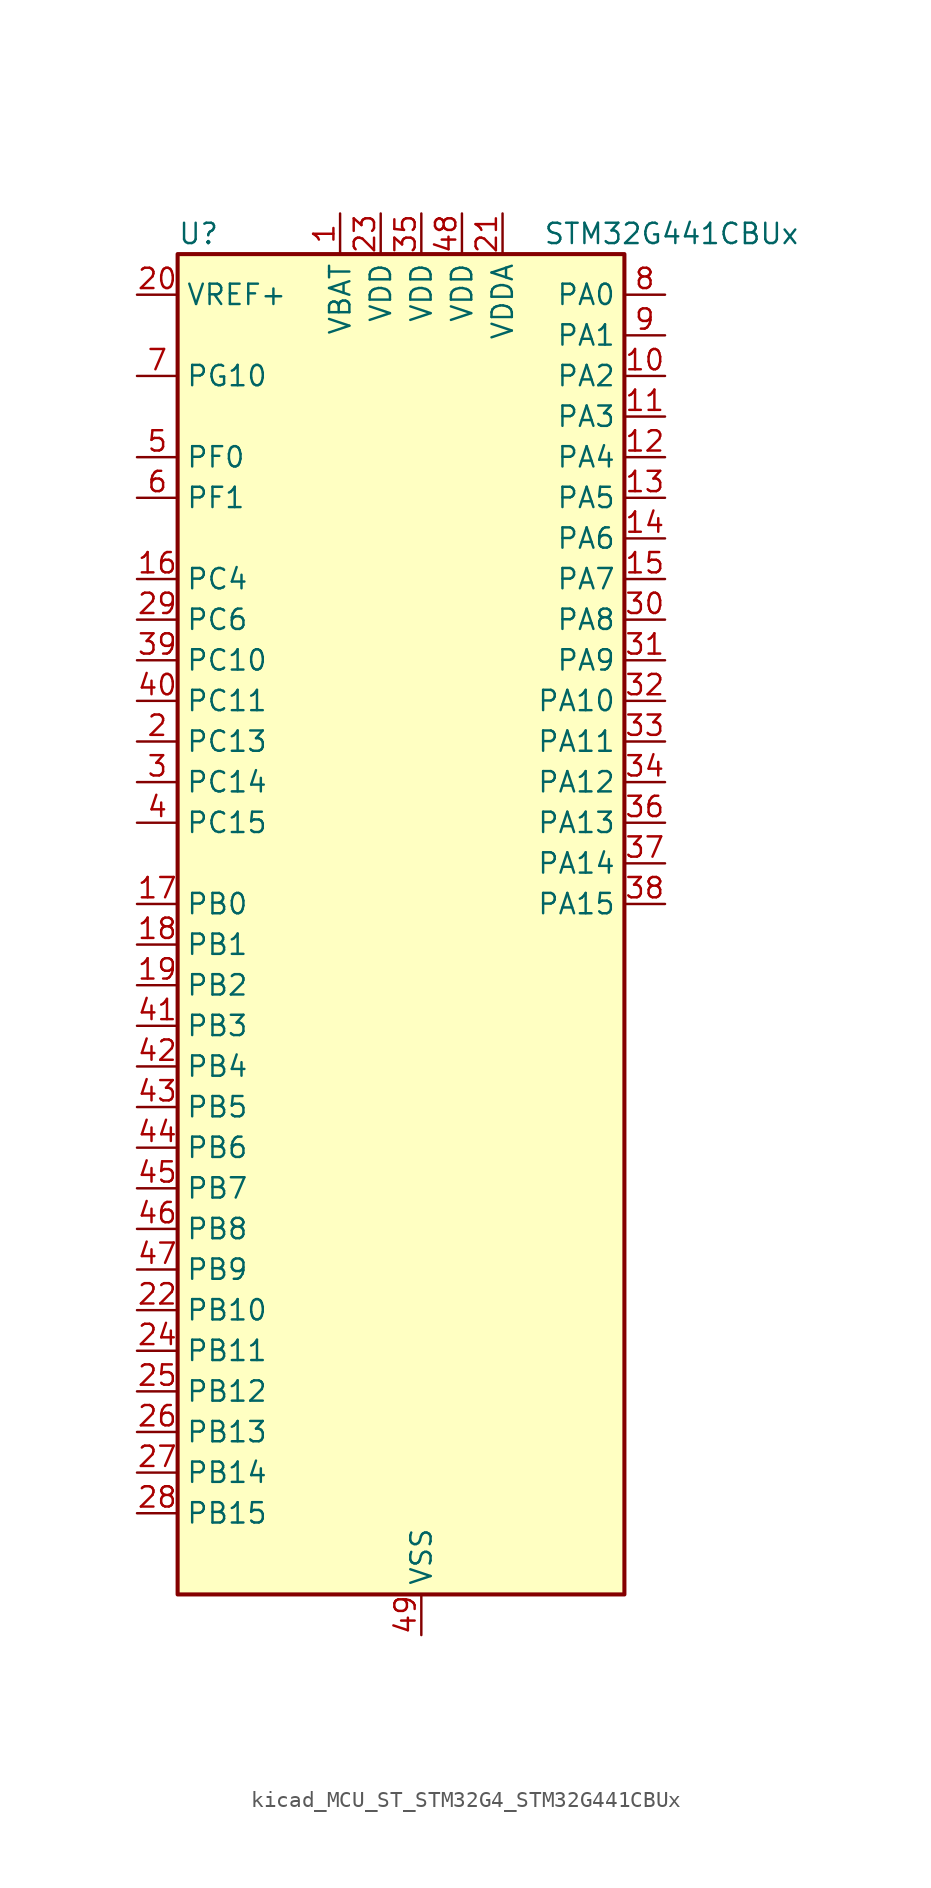
<source format=kicad_sym>
(kicad_symbol_lib
  (version 20220914)
  (generator kicad_symbol_editor)
  (symbol "kicad_MCU_ST_STM32G4_STM32G441CBUx"
    (property "Reference" "U"
      (at -12.7 44.45 0)
      (effects (font (size 1.27 1.27)) (justify left)))
    (property "Value" "STM32G441CBUx"
      (at 10.16 44.45 0)
      (effects (font (size 1.27 1.27)) (justify left)))
    (property "ki_locked" ""
      (at 0 0 0)
      (effects (font (size 1.27 1.27))))
    (symbol "kicad_MCU_ST_STM32G4_STM32G441CBUx_0_1"
      (rectangle (start -12.7 -40.64) (end 15.24 43.18) (stroke (width 0.254) (type default)) (fill (type background))))
    (symbol "kicad_MCU_ST_STM32G4_STM32G441CBUx_1_1"
      (pin power_in line (at -2.54 45.72 270) (length 2.54) (name "VBAT" (effects (font (size 1.27 1.27)))) (number "1" (effects (font (size 1.27 1.27)))))
      (pin bidirectional line (at 17.78 35.56 180) (length 2.54) (name "PA2" (effects (font (size 1.27 1.27)))) (number "10" (effects (font (size 1.27 1.27)))) (alternate "ADC1_IN3" bidirectional line) (alternate "COMP2_INM" bidirectional line) (alternate "COMP2_OUT" bidirectional line) (alternate "LPUART1_TX" bidirectional line) (alternate "OPAMP1_VOUT" bidirectional line) (alternate "RCC_LSCO" bidirectional line) (alternate "SYS_WKUP4" bidirectional line) (alternate "TIM15_CH1" bidirectional line) (alternate "TIM2_CH3" bidirectional line) (alternate "UCPD1_FRSTX1" bidirectional line) (alternate "UCPD1_FRSTX2" bidirectional line) (alternate "USART2_TX" bidirectional line))
      (pin bidirectional line (at 17.78 33.02 180) (length 2.54) (name "PA3" (effects (font (size 1.27 1.27)))) (number "11" (effects (font (size 1.27 1.27)))) (alternate "ADC1_IN4" bidirectional line) (alternate "COMP2_INP" bidirectional line) (alternate "LPUART1_RX" bidirectional line) (alternate "OPAMP1_VINM" bidirectional line) (alternate "OPAMP1_VINM0" bidirectional line) (alternate "OPAMP1_VINM_SEC" bidirectional line) (alternate "OPAMP1_VINP" bidirectional line) (alternate "OPAMP1_VINP_SEC" bidirectional line) (alternate "SAI1_CK1" bidirectional line) (alternate "SAI1_MCLK_A" bidirectional line) (alternate "TIM15_CH2" bidirectional line) (alternate "TIM2_CH4" bidirectional line) (alternate "USART2_RX" bidirectional line))
      (pin bidirectional line (at 17.78 30.48 180) (length 2.54) (name "PA4" (effects (font (size 1.27 1.27)))) (number "12" (effects (font (size 1.27 1.27)))) (alternate "ADC2_IN17" bidirectional line) (alternate "COMP1_INM" bidirectional line) (alternate "DAC1_OUT1" bidirectional line) (alternate "I2S3_WS" bidirectional line) (alternate "SAI1_FS_B" bidirectional line) (alternate "SPI1_NSS" bidirectional line) (alternate "SPI3_NSS" bidirectional line) (alternate "TIM3_CH2" bidirectional line) (alternate "USART2_CK" bidirectional line))
      (pin bidirectional line (at 17.78 27.94 180) (length 2.54) (name "PA5" (effects (font (size 1.27 1.27)))) (number "13" (effects (font (size 1.27 1.27)))) (alternate "ADC2_IN13" bidirectional line) (alternate "COMP2_INM" bidirectional line) (alternate "DAC1_OUT2" bidirectional line) (alternate "OPAMP2_VINM" bidirectional line) (alternate "OPAMP2_VINM0" bidirectional line) (alternate "OPAMP2_VINM_SEC" bidirectional line) (alternate "SPI1_SCK" bidirectional line) (alternate "TIM2_CH1" bidirectional line) (alternate "TIM2_ETR" bidirectional line) (alternate "UCPD1_FRSTX1" bidirectional line) (alternate "UCPD1_FRSTX2" bidirectional line))
      (pin bidirectional line (at 17.78 25.4 180) (length 2.54) (name "PA6" (effects (font (size 1.27 1.27)))) (number "14" (effects (font (size 1.27 1.27)))) (alternate "ADC2_IN3" bidirectional line) (alternate "COMP1_OUT" bidirectional line) (alternate "LPUART1_CTS" bidirectional line) (alternate "OPAMP2_VOUT" bidirectional line) (alternate "SPI1_MISO" bidirectional line) (alternate "TIM16_CH1" bidirectional line) (alternate "TIM1_BKIN" bidirectional line) (alternate "TIM3_CH1" bidirectional line) (alternate "TIM8_BKIN" bidirectional line))
      (pin bidirectional line (at 17.78 22.86 180) (length 2.54) (name "PA7" (effects (font (size 1.27 1.27)))) (number "15" (effects (font (size 1.27 1.27)))) (alternate "ADC2_IN4" bidirectional line) (alternate "COMP2_INP" bidirectional line) (alternate "COMP2_OUT" bidirectional line) (alternate "OPAMP1_VINP" bidirectional line) (alternate "OPAMP1_VINP_SEC" bidirectional line) (alternate "OPAMP2_VINP" bidirectional line) (alternate "OPAMP2_VINP_SEC" bidirectional line) (alternate "SPI1_MOSI" bidirectional line) (alternate "TIM17_CH1" bidirectional line) (alternate "TIM1_CH1N" bidirectional line) (alternate "TIM3_CH2" bidirectional line) (alternate "TIM8_CH1N" bidirectional line) (alternate "UCPD1_FRSTX1" bidirectional line) (alternate "UCPD1_FRSTX2" bidirectional line))
      (pin bidirectional line (at -15.24 22.86 0) (length 2.54) (name "PC4" (effects (font (size 1.27 1.27)))) (number "16" (effects (font (size 1.27 1.27)))) (alternate "ADC2_IN5" bidirectional line) (alternate "I2C2_SCL" bidirectional line) (alternate "TIM1_ETR" bidirectional line) (alternate "USART1_TX" bidirectional line))
      (pin bidirectional line (at -15.24 2.54 0) (length 2.54) (name "PB0" (effects (font (size 1.27 1.27)))) (number "17" (effects (font (size 1.27 1.27)))) (alternate "ADC1_IN15" bidirectional line) (alternate "COMP4_INP" bidirectional line) (alternate "OPAMP2_VINP" bidirectional line) (alternate "OPAMP2_VINP_SEC" bidirectional line) (alternate "OPAMP3_VINP" bidirectional line) (alternate "OPAMP3_VINP_SEC" bidirectional line) (alternate "TIM1_CH2N" bidirectional line) (alternate "TIM3_CH3" bidirectional line) (alternate "TIM8_CH2N" bidirectional line) (alternate "UCPD1_FRSTX1" bidirectional line) (alternate "UCPD1_FRSTX2" bidirectional line))
      (pin bidirectional line (at -15.24 0 0) (length 2.54) (name "PB1" (effects (font (size 1.27 1.27)))) (number "18" (effects (font (size 1.27 1.27)))) (alternate "ADC1_IN12" bidirectional line) (alternate "COMP1_INP" bidirectional line) (alternate "COMP4_OUT" bidirectional line) (alternate "LPUART1_DE" bidirectional line) (alternate "LPUART1_RTS" bidirectional line) (alternate "OPAMP3_VOUT" bidirectional line) (alternate "TIM1_CH3N" bidirectional line) (alternate "TIM3_CH4" bidirectional line) (alternate "TIM8_CH3N" bidirectional line))
      (pin bidirectional line (at -15.24 -2.54 0) (length 2.54) (name "PB2" (effects (font (size 1.27 1.27)))) (number "19" (effects (font (size 1.27 1.27)))) (alternate "ADC2_IN12" bidirectional line) (alternate "COMP4_INM" bidirectional line) (alternate "I2C3_SMBA" bidirectional line) (alternate "LPTIM1_OUT" bidirectional line) (alternate "OPAMP3_VINM" bidirectional line) (alternate "OPAMP3_VINM0" bidirectional line) (alternate "OPAMP3_VINM_SEC" bidirectional line) (alternate "RTC_OUT2" bidirectional line))
      (pin bidirectional line (at -15.24 12.7 0) (length 2.54) (name "PC13" (effects (font (size 1.27 1.27)))) (number "2" (effects (font (size 1.27 1.27)))) (alternate "RTC_OUT1" bidirectional line) (alternate "RTC_TAMP1" bidirectional line) (alternate "RTC_TS" bidirectional line) (alternate "SYS_WKUP2" bidirectional line) (alternate "TIM1_BKIN" bidirectional line) (alternate "TIM1_CH1N" bidirectional line) (alternate "TIM8_CH4N" bidirectional line))
      (pin input line (at -15.24 40.64 0) (length 2.54) (name "VREF+" (effects (font (size 1.27 1.27)))) (number "20" (effects (font (size 1.27 1.27)))) (alternate "VREFBUF_OUT" bidirectional line))
      (pin power_in line (at 7.62 45.72 270) (length 2.54) (name "VDDA" (effects (font (size 1.27 1.27)))) (number "21" (effects (font (size 1.27 1.27)))))
      (pin bidirectional line (at -15.24 -22.86 0) (length 2.54) (name "PB10" (effects (font (size 1.27 1.27)))) (number "22" (effects (font (size 1.27 1.27)))) (alternate "DAC1_EXTI10" bidirectional line) (alternate "DAC3_EXTI10" bidirectional line) (alternate "LPUART1_RX" bidirectional line) (alternate "OPAMP3_VINM" bidirectional line) (alternate "OPAMP3_VINM1" bidirectional line) (alternate "OPAMP3_VINM_SEC" bidirectional line) (alternate "SAI1_SCK_A" bidirectional line) (alternate "TIM1_BKIN" bidirectional line) (alternate "TIM2_CH3" bidirectional line) (alternate "USART3_TX" bidirectional line))
      (pin power_in line (at 0 45.72 270) (length 2.54) (name "VDD" (effects (font (size 1.27 1.27)))) (number "23" (effects (font (size 1.27 1.27)))))
      (pin bidirectional line (at -15.24 -25.4 0) (length 2.54) (name "PB11" (effects (font (size 1.27 1.27)))) (number "24" (effects (font (size 1.27 1.27)))) (alternate "ADC1_EXTI11" bidirectional line) (alternate "ADC1_IN14" bidirectional line) (alternate "ADC2_EXTI11" bidirectional line) (alternate "ADC2_IN14" bidirectional line) (alternate "LPUART1_TX" bidirectional line) (alternate "TIM2_CH4" bidirectional line) (alternate "USART3_RX" bidirectional line))
      (pin bidirectional line (at -15.24 -27.94 0) (length 2.54) (name "PB12" (effects (font (size 1.27 1.27)))) (number "25" (effects (font (size 1.27 1.27)))) (alternate "ADC1_IN11" bidirectional line) (alternate "I2C2_SMBA" bidirectional line) (alternate "I2S2_WS" bidirectional line) (alternate "LPUART1_DE" bidirectional line) (alternate "LPUART1_RTS" bidirectional line) (alternate "SPI2_NSS" bidirectional line) (alternate "TIM1_BKIN" bidirectional line) (alternate "USART3_CK" bidirectional line))
      (pin bidirectional line (at -15.24 -30.48 0) (length 2.54) (name "PB13" (effects (font (size 1.27 1.27)))) (number "26" (effects (font (size 1.27 1.27)))) (alternate "I2S2_CK" bidirectional line) (alternate "LPUART1_CTS" bidirectional line) (alternate "OPAMP3_VINP" bidirectional line) (alternate "OPAMP3_VINP_SEC" bidirectional line) (alternate "SPI2_SCK" bidirectional line) (alternate "TIM1_CH1N" bidirectional line) (alternate "USART3_CTS" bidirectional line) (alternate "USART3_NSS" bidirectional line))
      (pin bidirectional line (at -15.24 -33.02 0) (length 2.54) (name "PB14" (effects (font (size 1.27 1.27)))) (number "27" (effects (font (size 1.27 1.27)))) (alternate "ADC1_IN5" bidirectional line) (alternate "COMP4_OUT" bidirectional line) (alternate "OPAMP2_VINP" bidirectional line) (alternate "OPAMP2_VINP_SEC" bidirectional line) (alternate "SPI2_MISO" bidirectional line) (alternate "TIM15_CH1" bidirectional line) (alternate "TIM1_CH2N" bidirectional line) (alternate "USART3_DE" bidirectional line) (alternate "USART3_RTS" bidirectional line))
      (pin bidirectional line (at -15.24 -35.56 0) (length 2.54) (name "PB15" (effects (font (size 1.27 1.27)))) (number "28" (effects (font (size 1.27 1.27)))) (alternate "ADC1_EXTI15" bidirectional line) (alternate "ADC2_EXTI15" bidirectional line) (alternate "ADC2_IN15" bidirectional line) (alternate "COMP3_OUT" bidirectional line) (alternate "I2S2_SD" bidirectional line) (alternate "RTC_REFIN" bidirectional line) (alternate "SPI2_MOSI" bidirectional line) (alternate "TIM15_CH1N" bidirectional line) (alternate "TIM15_CH2" bidirectional line) (alternate "TIM1_CH3N" bidirectional line))
      (pin bidirectional line (at -15.24 20.32 0) (length 2.54) (name "PC6" (effects (font (size 1.27 1.27)))) (number "29" (effects (font (size 1.27 1.27)))) (alternate "I2S2_MCK" bidirectional line) (alternate "TIM3_CH1" bidirectional line) (alternate "TIM8_CH1" bidirectional line))
      (pin bidirectional line (at -15.24 10.16 0) (length 2.54) (name "PC14" (effects (font (size 1.27 1.27)))) (number "3" (effects (font (size 1.27 1.27)))) (alternate "RCC_OSC32_IN" bidirectional line))
      (pin bidirectional line (at 17.78 20.32 180) (length 2.54) (name "PA8" (effects (font (size 1.27 1.27)))) (number "30" (effects (font (size 1.27 1.27)))) (alternate "I2C2_SDA" bidirectional line) (alternate "I2C3_SCL" bidirectional line) (alternate "I2S2_MCK" bidirectional line) (alternate "RCC_MCO" bidirectional line) (alternate "SAI1_CK2" bidirectional line) (alternate "SAI1_SCK_A" bidirectional line) (alternate "TIM1_CH1" bidirectional line) (alternate "TIM4_ETR" bidirectional line) (alternate "USART1_CK" bidirectional line))
      (pin bidirectional line (at 17.78 17.78 180) (length 2.54) (name "PA9" (effects (font (size 1.27 1.27)))) (number "31" (effects (font (size 1.27 1.27)))) (alternate "DAC1_EXTI9" bidirectional line) (alternate "DAC3_EXTI9" bidirectional line) (alternate "I2C2_SCL" bidirectional line) (alternate "I2C3_SMBA" bidirectional line) (alternate "I2S3_MCK" bidirectional line) (alternate "SAI1_FS_A" bidirectional line) (alternate "TIM15_BKIN" bidirectional line) (alternate "TIM1_CH2" bidirectional line) (alternate "TIM2_CH3" bidirectional line) (alternate "UCPD1_DBCC1" bidirectional line) (alternate "USART1_TX" bidirectional line))
      (pin bidirectional line (at 17.78 15.24 180) (length 2.54) (name "PA10" (effects (font (size 1.27 1.27)))) (number "32" (effects (font (size 1.27 1.27)))) (alternate "CRS_SYNC" bidirectional line) (alternate "DAC1_EXTI10" bidirectional line) (alternate "DAC3_EXTI10" bidirectional line) (alternate "I2C2_SMBA" bidirectional line) (alternate "SAI1_D1" bidirectional line) (alternate "SAI1_SD_A" bidirectional line) (alternate "SPI2_MISO" bidirectional line) (alternate "TIM17_BKIN" bidirectional line) (alternate "TIM1_CH3" bidirectional line) (alternate "TIM2_CH4" bidirectional line) (alternate "TIM8_BKIN" bidirectional line) (alternate "UCPD1_DBCC2" bidirectional line) (alternate "USART1_RX" bidirectional line))
      (pin bidirectional line (at 17.78 12.7 180) (length 2.54) (name "PA11" (effects (font (size 1.27 1.27)))) (number "33" (effects (font (size 1.27 1.27)))) (alternate "ADC1_EXTI11" bidirectional line) (alternate "ADC2_EXTI11" bidirectional line) (alternate "COMP1_OUT" bidirectional line) (alternate "FDCAN1_RX" bidirectional line) (alternate "I2S2_SD" bidirectional line) (alternate "SPI2_MOSI" bidirectional line) (alternate "TIM1_BKIN2" bidirectional line) (alternate "TIM1_CH1N" bidirectional line) (alternate "TIM1_CH4" bidirectional line) (alternate "TIM4_CH1" bidirectional line) (alternate "USART1_CTS" bidirectional line) (alternate "USART1_NSS" bidirectional line) (alternate "USB_DM" bidirectional line))
      (pin bidirectional line (at 17.78 10.16 180) (length 2.54) (name "PA12" (effects (font (size 1.27 1.27)))) (number "34" (effects (font (size 1.27 1.27)))) (alternate "COMP2_OUT" bidirectional line) (alternate "FDCAN1_TX" bidirectional line) (alternate "I2S_CKIN" bidirectional line) (alternate "TIM16_CH1" bidirectional line) (alternate "TIM1_CH2N" bidirectional line) (alternate "TIM1_ETR" bidirectional line) (alternate "TIM4_CH2" bidirectional line) (alternate "USART1_DE" bidirectional line) (alternate "USART1_RTS" bidirectional line) (alternate "USB_DP" bidirectional line))
      (pin power_in line (at 2.54 45.72 270) (length 2.54) (name "VDD" (effects (font (size 1.27 1.27)))) (number "35" (effects (font (size 1.27 1.27)))))
      (pin bidirectional line (at 17.78 7.62 180) (length 2.54) (name "PA13" (effects (font (size 1.27 1.27)))) (number "36" (effects (font (size 1.27 1.27)))) (alternate "I2C1_SCL" bidirectional line) (alternate "IR_OUT" bidirectional line) (alternate "SAI1_SD_B" bidirectional line) (alternate "SYS_JTMS-SWDIO" bidirectional line) (alternate "TIM16_CH1N" bidirectional line) (alternate "TIM4_CH3" bidirectional line) (alternate "USART3_CTS" bidirectional line) (alternate "USART3_NSS" bidirectional line))
      (pin bidirectional line (at 17.78 5.08 180) (length 2.54) (name "PA14" (effects (font (size 1.27 1.27)))) (number "37" (effects (font (size 1.27 1.27)))) (alternate "I2C1_SDA" bidirectional line) (alternate "LPTIM1_OUT" bidirectional line) (alternate "SAI1_FS_B" bidirectional line) (alternate "SYS_JTCK-SWCLK" bidirectional line) (alternate "TIM1_BKIN" bidirectional line) (alternate "TIM8_CH2" bidirectional line) (alternate "USART2_TX" bidirectional line))
      (pin bidirectional line (at 17.78 2.54 180) (length 2.54) (name "PA15" (effects (font (size 1.27 1.27)))) (number "38" (effects (font (size 1.27 1.27)))) (alternate "ADC1_EXTI15" bidirectional line) (alternate "ADC2_EXTI15" bidirectional line) (alternate "I2C1_SCL" bidirectional line) (alternate "I2S3_WS" bidirectional line) (alternate "SPI1_NSS" bidirectional line) (alternate "SPI3_NSS" bidirectional line) (alternate "SYS_JTDI" bidirectional line) (alternate "TIM1_BKIN" bidirectional line) (alternate "TIM2_CH1" bidirectional line) (alternate "TIM2_ETR" bidirectional line) (alternate "TIM8_CH1" bidirectional line) (alternate "USART2_RX" bidirectional line))
      (pin bidirectional line (at -15.24 17.78 0) (length 2.54) (name "PC10" (effects (font (size 1.27 1.27)))) (number "39" (effects (font (size 1.27 1.27)))) (alternate "DAC1_EXTI10" bidirectional line) (alternate "DAC3_EXTI10" bidirectional line) (alternate "I2S3_CK" bidirectional line) (alternate "SPI3_SCK" bidirectional line) (alternate "TIM8_CH1N" bidirectional line) (alternate "USART3_TX" bidirectional line))
      (pin bidirectional line (at -15.24 7.62 0) (length 2.54) (name "PC15" (effects (font (size 1.27 1.27)))) (number "4" (effects (font (size 1.27 1.27)))) (alternate "ADC1_EXTI15" bidirectional line) (alternate "ADC2_EXTI15" bidirectional line) (alternate "RCC_OSC32_OUT" bidirectional line))
      (pin bidirectional line (at -15.24 15.24 0) (length 2.54) (name "PC11" (effects (font (size 1.27 1.27)))) (number "40" (effects (font (size 1.27 1.27)))) (alternate "ADC1_EXTI11" bidirectional line) (alternate "ADC2_EXTI11" bidirectional line) (alternate "I2C3_SDA" bidirectional line) (alternate "SPI3_MISO" bidirectional line) (alternate "TIM8_CH2N" bidirectional line) (alternate "USART3_RX" bidirectional line))
      (pin bidirectional line (at -15.24 -5.08 0) (length 2.54) (name "PB3" (effects (font (size 1.27 1.27)))) (number "41" (effects (font (size 1.27 1.27)))) (alternate "CRS_SYNC" bidirectional line) (alternate "I2S3_CK" bidirectional line) (alternate "SAI1_SCK_B" bidirectional line) (alternate "SPI1_SCK" bidirectional line) (alternate "SPI3_SCK" bidirectional line) (alternate "SYS_JTDO-SWO" bidirectional line) (alternate "TIM2_CH2" bidirectional line) (alternate "TIM3_ETR" bidirectional line) (alternate "TIM4_ETR" bidirectional line) (alternate "TIM8_CH1N" bidirectional line) (alternate "USART2_TX" bidirectional line))
      (pin bidirectional line (at -15.24 -7.62 0) (length 2.54) (name "PB4" (effects (font (size 1.27 1.27)))) (number "42" (effects (font (size 1.27 1.27)))) (alternate "SAI1_MCLK_B" bidirectional line) (alternate "SPI1_MISO" bidirectional line) (alternate "SPI3_MISO" bidirectional line) (alternate "SYS_JTRST" bidirectional line) (alternate "TIM16_CH1" bidirectional line) (alternate "TIM17_BKIN" bidirectional line) (alternate "TIM3_CH1" bidirectional line) (alternate "TIM8_CH2N" bidirectional line) (alternate "UCPD1_CC2" bidirectional line) (alternate "USART2_RX" bidirectional line))
      (pin bidirectional line (at -15.24 -10.16 0) (length 2.54) (name "PB5" (effects (font (size 1.27 1.27)))) (number "43" (effects (font (size 1.27 1.27)))) (alternate "I2C1_SMBA" bidirectional line) (alternate "I2C3_SDA" bidirectional line) (alternate "I2S3_SD" bidirectional line) (alternate "LPTIM1_IN1" bidirectional line) (alternate "SAI1_SD_B" bidirectional line) (alternate "SPI1_MOSI" bidirectional line) (alternate "SPI3_MOSI" bidirectional line) (alternate "TIM16_BKIN" bidirectional line) (alternate "TIM17_CH1" bidirectional line) (alternate "TIM3_CH2" bidirectional line) (alternate "TIM8_CH3N" bidirectional line) (alternate "USART2_CK" bidirectional line))
      (pin bidirectional line (at -15.24 -12.7 0) (length 2.54) (name "PB6" (effects (font (size 1.27 1.27)))) (number "44" (effects (font (size 1.27 1.27)))) (alternate "COMP4_OUT" bidirectional line) (alternate "LPTIM1_ETR" bidirectional line) (alternate "SAI1_FS_B" bidirectional line) (alternate "TIM16_CH1N" bidirectional line) (alternate "TIM4_CH1" bidirectional line) (alternate "TIM8_BKIN2" bidirectional line) (alternate "TIM8_CH1" bidirectional line) (alternate "TIM8_ETR" bidirectional line) (alternate "UCPD1_CC1" bidirectional line) (alternate "USART1_TX" bidirectional line))
      (pin bidirectional line (at -15.24 -15.24 0) (length 2.54) (name "PB7" (effects (font (size 1.27 1.27)))) (number "45" (effects (font (size 1.27 1.27)))) (alternate "COMP3_OUT" bidirectional line) (alternate "I2C1_SDA" bidirectional line) (alternate "LPTIM1_IN2" bidirectional line) (alternate "SYS_PVD_IN" bidirectional line) (alternate "TIM17_CH1N" bidirectional line) (alternate "TIM3_CH4" bidirectional line) (alternate "TIM4_CH2" bidirectional line) (alternate "TIM8_BKIN" bidirectional line) (alternate "USART1_RX" bidirectional line))
      (pin bidirectional line (at -15.24 -17.78 0) (length 2.54) (name "PB8" (effects (font (size 1.27 1.27)))) (number "46" (effects (font (size 1.27 1.27)))) (alternate "COMP1_OUT" bidirectional line) (alternate "FDCAN1_RX" bidirectional line) (alternate "I2C1_SCL" bidirectional line) (alternate "SAI1_CK1" bidirectional line) (alternate "SAI1_MCLK_A" bidirectional line) (alternate "TIM16_CH1" bidirectional line) (alternate "TIM1_BKIN" bidirectional line) (alternate "TIM4_CH3" bidirectional line) (alternate "TIM8_CH2" bidirectional line) (alternate "USART3_RX" bidirectional line))
      (pin bidirectional line (at -15.24 -20.32 0) (length 2.54) (name "PB9" (effects (font (size 1.27 1.27)))) (number "47" (effects (font (size 1.27 1.27)))) (alternate "COMP2_OUT" bidirectional line) (alternate "DAC1_EXTI9" bidirectional line) (alternate "DAC3_EXTI9" bidirectional line) (alternate "FDCAN1_TX" bidirectional line) (alternate "I2C1_SDA" bidirectional line) (alternate "IR_OUT" bidirectional line) (alternate "SAI1_D2" bidirectional line) (alternate "SAI1_FS_A" bidirectional line) (alternate "TIM17_CH1" bidirectional line) (alternate "TIM1_CH3N" bidirectional line) (alternate "TIM4_CH4" bidirectional line) (alternate "TIM8_CH3" bidirectional line) (alternate "USART3_TX" bidirectional line))
      (pin power_in line (at 5.08 45.72 270) (length 2.54) (name "VDD" (effects (font (size 1.27 1.27)))) (number "48" (effects (font (size 1.27 1.27)))))
      (pin power_in line (at 2.54 -43.18 90) (length 2.54) (name "VSS" (effects (font (size 1.27 1.27)))) (number "49" (effects (font (size 1.27 1.27)))))
      (pin bidirectional line (at -15.24 30.48 0) (length 2.54) (name "PF0" (effects (font (size 1.27 1.27)))) (number "5" (effects (font (size 1.27 1.27)))) (alternate "ADC1_IN10" bidirectional line) (alternate "I2C2_SDA" bidirectional line) (alternate "I2S2_WS" bidirectional line) (alternate "RCC_OSC_IN" bidirectional line) (alternate "SPI2_NSS" bidirectional line) (alternate "TIM1_CH3N" bidirectional line))
      (pin bidirectional line (at -15.24 27.94 0) (length 2.54) (name "PF1" (effects (font (size 1.27 1.27)))) (number "6" (effects (font (size 1.27 1.27)))) (alternate "ADC2_IN10" bidirectional line) (alternate "COMP3_INM" bidirectional line) (alternate "I2S2_CK" bidirectional line) (alternate "RCC_OSC_OUT" bidirectional line) (alternate "SPI2_SCK" bidirectional line))
      (pin bidirectional line (at -15.24 35.56 0) (length 2.54) (name "PG10" (effects (font (size 1.27 1.27)))) (number "7" (effects (font (size 1.27 1.27)))) (alternate "DAC1_EXTI10" bidirectional line) (alternate "DAC3_EXTI10" bidirectional line) (alternate "RCC_MCO" bidirectional line))
      (pin bidirectional line (at 17.78 40.64 180) (length 2.54) (name "PA0" (effects (font (size 1.27 1.27)))) (number "8" (effects (font (size 1.27 1.27)))) (alternate "ADC1_IN1" bidirectional line) (alternate "ADC2_IN1" bidirectional line) (alternate "COMP1_INM" bidirectional line) (alternate "COMP1_OUT" bidirectional line) (alternate "COMP3_INP" bidirectional line) (alternate "RTC_TAMP2" bidirectional line) (alternate "SYS_WKUP1" bidirectional line) (alternate "TIM2_CH1" bidirectional line) (alternate "TIM2_ETR" bidirectional line) (alternate "TIM8_BKIN" bidirectional line) (alternate "TIM8_ETR" bidirectional line) (alternate "USART2_CTS" bidirectional line) (alternate "USART2_NSS" bidirectional line))
      (pin bidirectional line (at 17.78 38.1 180) (length 2.54) (name "PA1" (effects (font (size 1.27 1.27)))) (number "9" (effects (font (size 1.27 1.27)))) (alternate "ADC1_IN2" bidirectional line) (alternate "ADC2_IN2" bidirectional line) (alternate "COMP1_INP" bidirectional line) (alternate "OPAMP1_VINP" bidirectional line) (alternate "OPAMP1_VINP_SEC" bidirectional line) (alternate "OPAMP3_VINP" bidirectional line) (alternate "OPAMP3_VINP_SEC" bidirectional line) (alternate "RTC_REFIN" bidirectional line) (alternate "TIM15_CH1N" bidirectional line) (alternate "TIM2_CH2" bidirectional line) (alternate "USART2_DE" bidirectional line) (alternate "USART2_RTS" bidirectional line)))))
</source>
